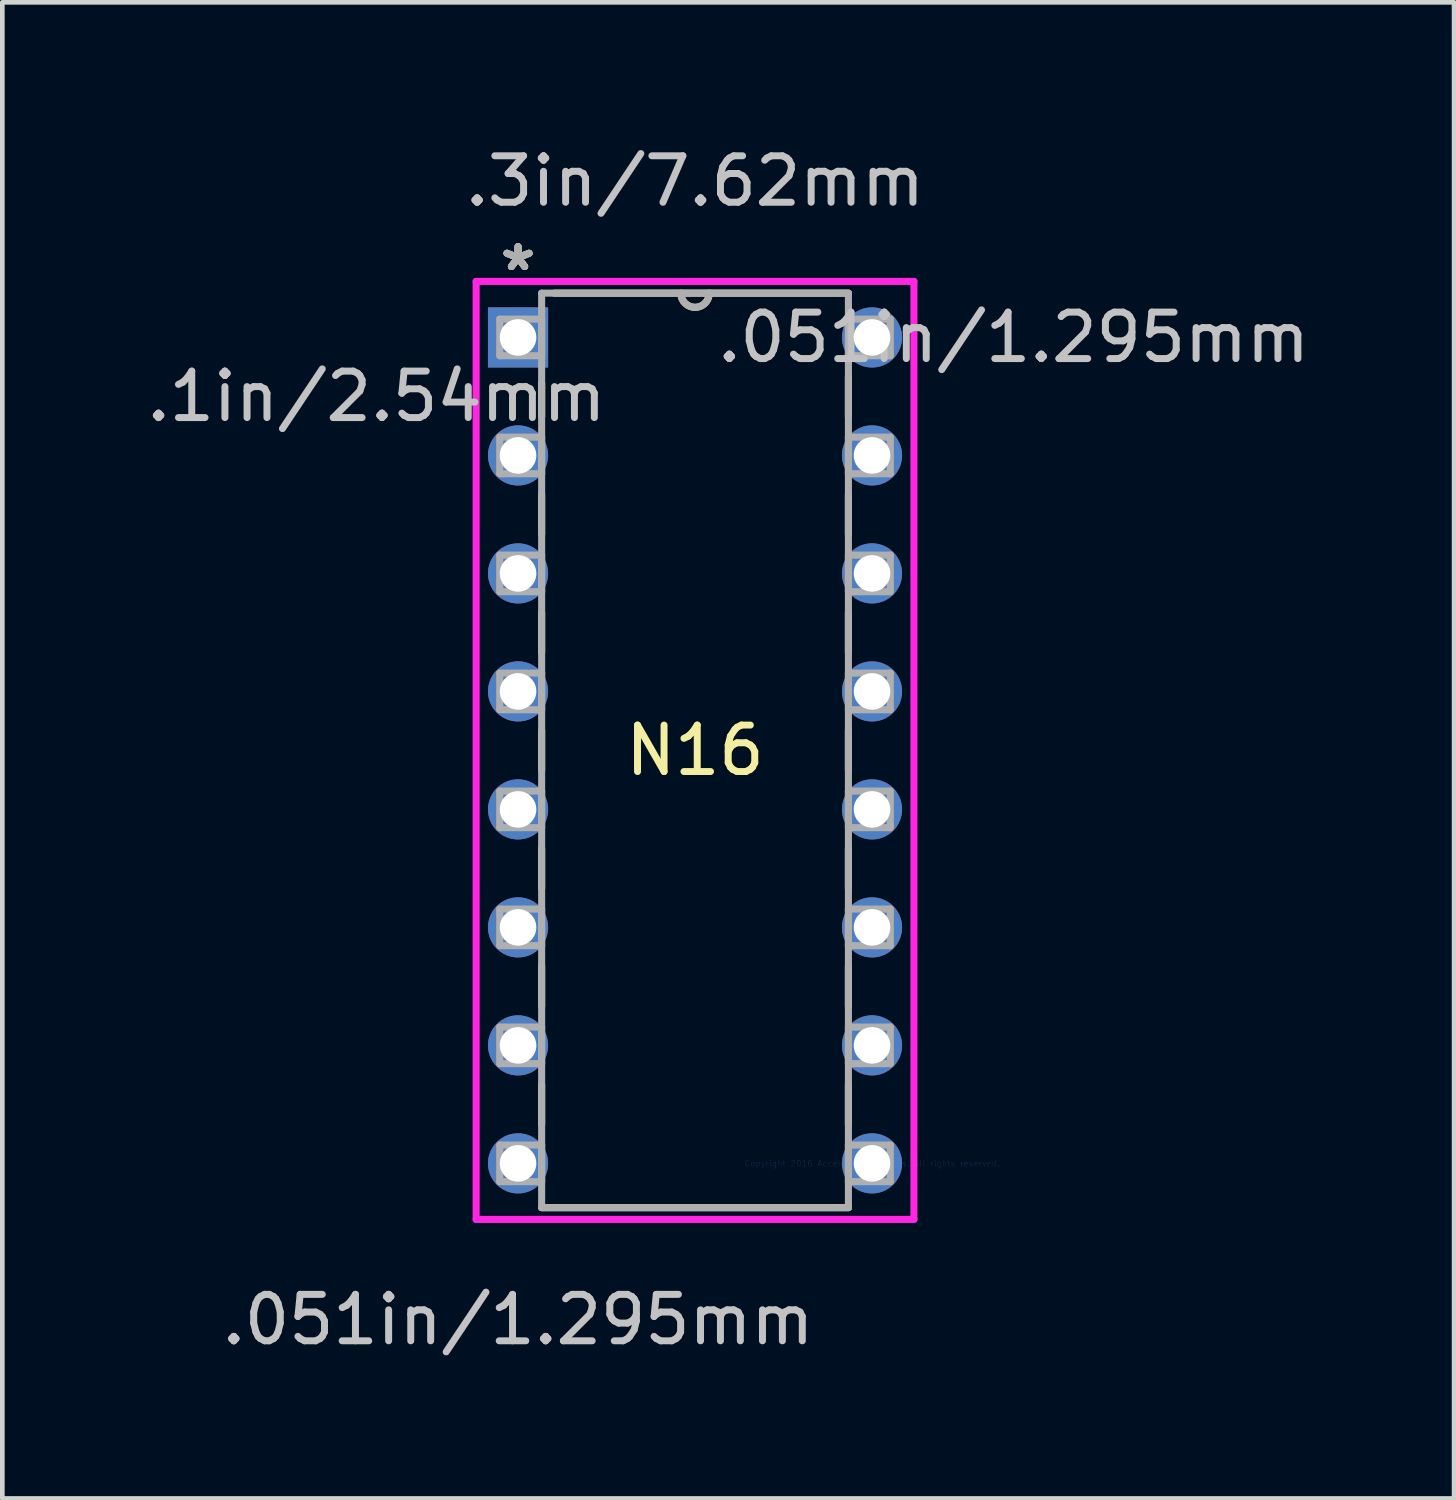
<source format=kicad_pcb>
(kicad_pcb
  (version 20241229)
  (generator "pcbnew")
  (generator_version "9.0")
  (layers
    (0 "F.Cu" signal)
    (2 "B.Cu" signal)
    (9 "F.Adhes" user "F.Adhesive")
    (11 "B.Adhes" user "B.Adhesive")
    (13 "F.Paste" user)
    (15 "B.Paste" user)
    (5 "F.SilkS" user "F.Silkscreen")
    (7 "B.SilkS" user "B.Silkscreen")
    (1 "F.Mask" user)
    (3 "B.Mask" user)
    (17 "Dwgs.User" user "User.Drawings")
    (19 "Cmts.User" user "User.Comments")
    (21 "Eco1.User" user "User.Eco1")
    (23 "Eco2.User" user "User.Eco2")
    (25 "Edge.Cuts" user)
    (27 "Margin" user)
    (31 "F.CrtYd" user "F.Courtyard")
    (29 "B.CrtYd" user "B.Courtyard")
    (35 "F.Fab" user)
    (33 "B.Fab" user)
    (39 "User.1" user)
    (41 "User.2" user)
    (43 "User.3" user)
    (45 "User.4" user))
  (footprint "N16"
    (layer "F.Cu")
    (at 15.722 21.994)
    (property "Reference" "N16" (at -3.81 -8.89 0) (layer "F.SilkS") (effects (font (size 1 1) (thickness 0.15))))
    (attr through_hole)
    (fp_line (start -7.112 -16.8) (end -7.112 -16.079) (stroke (width 0.152) (type solid)) (layer "F.SilkS"))
    (fp_line (start -7.112 -14.401) (end -7.112 -13.539) (stroke (width 0.152) (type solid)) (layer "F.SilkS"))
    (fp_line (start -7.112 -11.861) (end -7.112 -10.999) (stroke (width 0.152) (type solid)) (layer "F.SilkS"))
    (fp_line (start -7.112 -9.321) (end -7.112 -8.459) (stroke (width 0.152) (type solid)) (layer "F.SilkS"))
    (fp_line (start -7.112 -6.781) (end -7.112 -5.919) (stroke (width 0.152) (type solid)) (layer "F.SilkS"))
    (fp_line (start -7.112 -4.241) (end -7.112 -3.379) (stroke (width 0.152) (type solid)) (layer "F.SilkS"))
    (fp_line (start -7.112 -1.701) (end -7.112 -0.839) (stroke (width 0.152) (type solid)) (layer "F.SilkS"))
    (fp_line (start -7.112 0.953) (end -0.508 0.953) (stroke (width 0.152) (type solid)) (layer "F.SilkS"))
    (fp_line (start -0.508 -18.733) (end -6.839 -18.733) (stroke (width 0.152) (type solid)) (layer "F.SilkS"))
    (fp_line (start -0.508 -16.079) (end -0.508 -16.941) (stroke (width 0.152) (type solid)) (layer "F.SilkS"))
    (fp_line (start -0.508 -13.539) (end -0.508 -14.401) (stroke (width 0.152) (type solid)) (layer "F.SilkS"))
    (fp_line (start -0.508 -10.999) (end -0.508 -11.861) (stroke (width 0.152) (type solid)) (layer "F.SilkS"))
    (fp_line (start -0.508 -8.459) (end -0.508 -9.321) (stroke (width 0.152) (type solid)) (layer "F.SilkS"))
    (fp_line (start -0.508 -5.919) (end -0.508 -6.781) (stroke (width 0.152) (type solid)) (layer "F.SilkS"))
    (fp_line (start -0.508 -3.379) (end -0.508 -4.241) (stroke (width 0.152) (type solid)) (layer "F.SilkS"))
    (fp_line (start -0.508 -0.839) (end -0.508 -1.701) (stroke (width 0.152) (type solid)) (layer "F.SilkS"))
    (fp_arc (start -3.5052 -18.7325) (mid -3.81 -18.4277) (end -4.1148 -18.7325) (stroke (width 0.1524) (type solid)) (layer "F.SilkS"))
    (fp_line (start -8.522 -18.986) (end 0.902 -18.986) (stroke (width 0.152) (type solid)) (layer "F.CrtYd"))
    (fp_line (start -8.522 1.206) (end -8.522 -18.986) (stroke (width 0.152) (type solid)) (layer "F.CrtYd"))
    (fp_line (start 0.902 -18.986) (end 0.902 1.206) (stroke (width 0.152) (type solid)) (layer "F.CrtYd"))
    (fp_line (start 0.902 1.206) (end -8.522 1.206) (stroke (width 0.152) (type solid)) (layer "F.CrtYd"))
    (fp_line (start -8.014 -18.174) (end -8.014 -17.386) (stroke (width 0.152) (type solid)) (layer "F.Fab"))
    (fp_line (start -8.014 -17.386) (end -7.112 -17.386) (stroke (width 0.152) (type solid)) (layer "F.Fab"))
    (fp_line (start -8.014 -15.634) (end -8.014 -14.846) (stroke (width 0.152) (type solid)) (layer "F.Fab"))
    (fp_line (start -8.014 -14.846) (end -7.112 -14.846) (stroke (width 0.152) (type solid)) (layer "F.Fab"))
    (fp_line (start -8.014 -13.094) (end -8.014 -12.306) (stroke (width 0.152) (type solid)) (layer "F.Fab"))
    (fp_line (start -8.014 -12.306) (end -7.112 -12.306) (stroke (width 0.152) (type solid)) (layer "F.Fab"))
    (fp_line (start -8.014 -10.554) (end -8.014 -9.766) (stroke (width 0.152) (type solid)) (layer "F.Fab"))
    (fp_line (start -8.014 -9.766) (end -7.112 -9.766) (stroke (width 0.152) (type solid)) (layer "F.Fab"))
    (fp_line (start -8.014 -8.014) (end -8.014 -7.226) (stroke (width 0.152) (type solid)) (layer "F.Fab"))
    (fp_line (start -8.014 -7.226) (end -7.112 -7.226) (stroke (width 0.152) (type solid)) (layer "F.Fab"))
    (fp_line (start -8.014 -5.474) (end -8.014 -4.686) (stroke (width 0.152) (type solid)) (layer "F.Fab"))
    (fp_line (start -8.014 -4.686) (end -7.112 -4.686) (stroke (width 0.152) (type solid)) (layer "F.Fab"))
    (fp_line (start -8.014 -2.934) (end -8.014 -2.146) (stroke (width 0.152) (type solid)) (layer "F.Fab"))
    (fp_line (start -8.014 -2.146) (end -7.112 -2.146) (stroke (width 0.152) (type solid)) (layer "F.Fab"))
    (fp_line (start -8.014 -0.394) (end -8.014 0.394) (stroke (width 0.152) (type solid)) (layer "F.Fab"))
    (fp_line (start -8.014 0.394) (end -7.112 0.394) (stroke (width 0.152) (type solid)) (layer "F.Fab"))
    (fp_line (start -7.112 -18.733) (end -7.112 0.953) (stroke (width 0.152) (type solid)) (layer "F.Fab"))
    (fp_line (start -7.112 -18.174) (end -8.014 -18.174) (stroke (width 0.152) (type solid)) (layer "F.Fab"))
    (fp_line (start -7.112 -17.386) (end -7.112 -18.174) (stroke (width 0.152) (type solid)) (layer "F.Fab"))
    (fp_line (start -7.112 -15.634) (end -8.014 -15.634) (stroke (width 0.152) (type solid)) (layer "F.Fab"))
    (fp_line (start -7.112 -14.846) (end -7.112 -15.634) (stroke (width 0.152) (type solid)) (layer "F.Fab"))
    (fp_line (start -7.112 -13.094) (end -8.014 -13.094) (stroke (width 0.152) (type solid)) (layer "F.Fab"))
    (fp_line (start -7.112 -12.306) (end -7.112 -13.094) (stroke (width 0.152) (type solid)) (layer "F.Fab"))
    (fp_line (start -7.112 -10.554) (end -8.014 -10.554) (stroke (width 0.152) (type solid)) (layer "F.Fab"))
    (fp_line (start -7.112 -9.766) (end -7.112 -10.554) (stroke (width 0.152) (type solid)) (layer "F.Fab"))
    (fp_line (start -7.112 -8.014) (end -8.014 -8.014) (stroke (width 0.152) (type solid)) (layer "F.Fab"))
    (fp_line (start -7.112 -7.226) (end -7.112 -8.014) (stroke (width 0.152) (type solid)) (layer "F.Fab"))
    (fp_line (start -7.112 -5.474) (end -8.014 -5.474) (stroke (width 0.152) (type solid)) (layer "F.Fab"))
    (fp_line (start -7.112 -4.686) (end -7.112 -5.474) (stroke (width 0.152) (type solid)) (layer "F.Fab"))
    (fp_line (start -7.112 -2.934) (end -8.014 -2.934) (stroke (width 0.152) (type solid)) (layer "F.Fab"))
    (fp_line (start -7.112 -2.146) (end -7.112 -2.934) (stroke (width 0.152) (type solid)) (layer "F.Fab"))
    (fp_line (start -7.112 -0.394) (end -8.014 -0.394) (stroke (width 0.152) (type solid)) (layer "F.Fab"))
    (fp_line (start -7.112 0.394) (end -7.112 -0.394) (stroke (width 0.152) (type solid)) (layer "F.Fab"))
    (fp_line (start -7.112 0.953) (end -0.508 0.953) (stroke (width 0.152) (type solid)) (layer "F.Fab"))
    (fp_line (start -0.508 -18.733) (end -7.112 -18.733) (stroke (width 0.152) (type solid)) (layer "F.Fab"))
    (fp_line (start -0.508 -18.174) (end -0.508 -17.386) (stroke (width 0.152) (type solid)) (layer "F.Fab"))
    (fp_line (start -0.508 -17.386) (end 0.394 -17.386) (stroke (width 0.152) (type solid)) (layer "F.Fab"))
    (fp_line (start -0.508 -15.634) (end -0.508 -14.846) (stroke (width 0.152) (type solid)) (layer "F.Fab"))
    (fp_line (start -0.508 -14.846) (end 0.394 -14.846) (stroke (width 0.152) (type solid)) (layer "F.Fab"))
    (fp_line (start -0.508 -13.094) (end -0.508 -12.306) (stroke (width 0.152) (type solid)) (layer "F.Fab"))
    (fp_line (start -0.508 -12.306) (end 0.394 -12.306) (stroke (width 0.152) (type solid)) (layer "F.Fab"))
    (fp_line (start -0.508 -10.554) (end -0.508 -9.766) (stroke (width 0.152) (type solid)) (layer "F.Fab"))
    (fp_line (start -0.508 -9.766) (end 0.394 -9.766) (stroke (width 0.152) (type solid)) (layer "F.Fab"))
    (fp_line (start -0.508 -8.014) (end -0.508 -7.226) (stroke (width 0.152) (type solid)) (layer "F.Fab"))
    (fp_line (start -0.508 -7.226) (end 0.394 -7.226) (stroke (width 0.152) (type solid)) (layer "F.Fab"))
    (fp_line (start -0.508 -5.474) (end -0.508 -4.686) (stroke (width 0.152) (type solid)) (layer "F.Fab"))
    (fp_line (start -0.508 -4.686) (end 0.394 -4.686) (stroke (width 0.152) (type solid)) (layer "F.Fab"))
    (fp_line (start -0.508 -2.934) (end -0.508 -2.146) (stroke (width 0.152) (type solid)) (layer "F.Fab"))
    (fp_line (start -0.508 -2.146) (end 0.394 -2.146) (stroke (width 0.152) (type solid)) (layer "F.Fab"))
    (fp_line (start -0.508 -0.394) (end -0.508 0.394) (stroke (width 0.152) (type solid)) (layer "F.Fab"))
    (fp_line (start -0.508 0.394) (end 0.394 0.394) (stroke (width 0.152) (type solid)) (layer "F.Fab"))
    (fp_line (start -0.508 0.953) (end -0.508 -18.733) (stroke (width 0.152) (type solid)) (layer "F.Fab"))
    (fp_line (start 0.394 -18.174) (end -0.508 -18.174) (stroke (width 0.152) (type solid)) (layer "F.Fab"))
    (fp_line (start 0.394 -17.386) (end 0.394 -18.174) (stroke (width 0.152) (type solid)) (layer "F.Fab"))
    (fp_line (start 0.394 -15.634) (end -0.508 -15.634) (stroke (width 0.152) (type solid)) (layer "F.Fab"))
    (fp_line (start 0.394 -14.846) (end 0.394 -15.634) (stroke (width 0.152) (type solid)) (layer "F.Fab"))
    (fp_line (start 0.394 -13.094) (end -0.508 -13.094) (stroke (width 0.152) (type solid)) (layer "F.Fab"))
    (fp_line (start 0.394 -12.306) (end 0.394 -13.094) (stroke (width 0.152) (type solid)) (layer "F.Fab"))
    (fp_line (start 0.394 -10.554) (end -0.508 -10.554) (stroke (width 0.152) (type solid)) (layer "F.Fab"))
    (fp_line (start 0.394 -9.766) (end 0.394 -10.554) (stroke (width 0.152) (type solid)) (layer "F.Fab"))
    (fp_line (start 0.394 -8.014) (end -0.508 -8.014) (stroke (width 0.152) (type solid)) (layer "F.Fab"))
    (fp_line (start 0.394 -7.226) (end 0.394 -8.014) (stroke (width 0.152) (type solid)) (layer "F.Fab"))
    (fp_line (start 0.394 -5.474) (end -0.508 -5.474) (stroke (width 0.152) (type solid)) (layer "F.Fab"))
    (fp_line (start 0.394 -4.686) (end 0.394 -5.474) (stroke (width 0.152) (type solid)) (layer "F.Fab"))
    (fp_line (start 0.394 -2.934) (end -0.508 -2.934) (stroke (width 0.152) (type solid)) (layer "F.Fab"))
    (fp_line (start 0.394 -2.146) (end 0.394 -2.934) (stroke (width 0.152) (type solid)) (layer "F.Fab"))
    (fp_line (start 0.394 -0.394) (end -0.508 -0.394) (stroke (width 0.152) (type solid)) (layer "F.Fab"))
    (fp_line (start 0.394 0.394) (end 0.394 -0.394) (stroke (width 0.152) (type solid)) (layer "F.Fab"))
    (fp_arc (start -3.5052 -18.7325) (mid -3.81 -18.4277) (end -4.1148 -18.7325) (stroke (width 0.1524) (type solid)) (layer "F.Fab"))
    (fp_text user "*" (at -7.62 -19.19 0) (layer "F.SilkS") (effects (font (size 1 1) (thickness 0.15))))
    (fp_text user "*" (at -7.62 -19.19 0) (layer "F.SilkS") (effects (font (size 1 1) (thickness 0.15))))
    (fp_text user ".3in/7.62mm" (at -3.81 -21.145 0) (layer "Dwgs.User") (effects (font (size 1 1) (thickness 0.15))))
    (fp_text user ".1in/2.54mm" (at -10.668 -16.51 0) (layer "Dwgs.User") (effects (font (size 1 1) (thickness 0.15))))
    (fp_text user ".051in/1.295mm" (at -7.62 3.365 0) (layer "Dwgs.User") (effects (font (size 1 1) (thickness 0.15))))
    (fp_text user ".051in/1.295mm" (at 3.048 -17.78 0) (layer "Dwgs.User") (effects (font (size 1 1) (thickness 0.15))))
    (fp_text user "Copyright 2016 Accelerated Designs. All rights reserved." (at 0 0 0) (layer "Cmts.User") (effects (font (size 0.127 0.127) (thickness 0.002))))
    (fp_text user "*" (at -7.62 -19.19 0) (layer "F.Fab") (effects (font (size 1 1) (thickness 0.15))))
    (fp_text user "*" (at -7.62 -19.19 0) (layer "F.Fab") (effects (font (size 1 1) (thickness 0.15))))
    (pad "1" thru_hole rect (at -7.62 -17.78) (size 1.295 1.295) (drill 0.787) (layers "*.Cu" "*.Mask"))
    (pad "2" thru_hole circle (at -7.62 -15.24) (size 1.295 1.295) (drill 0.787) (layers "*.Cu" "*.Mask"))
    (pad "3" thru_hole circle (at -7.62 -12.7) (size 1.295 1.295) (drill 0.787) (layers "*.Cu" "*.Mask"))
    (pad "4" thru_hole circle (at -7.62 -10.16) (size 1.295 1.295) (drill 0.787) (layers "*.Cu" "*.Mask"))
    (pad "5" thru_hole circle (at -7.62 -7.62) (size 1.295 1.295) (drill 0.787) (layers "*.Cu" "*.Mask"))
    (pad "6" thru_hole circle (at -7.62 -5.08) (size 1.295 1.295) (drill 0.787) (layers "*.Cu" "*.Mask"))
    (pad "7" thru_hole circle (at -7.62 -2.54) (size 1.295 1.295) (drill 0.787) (layers "*.Cu" "*.Mask"))
    (pad "8" thru_hole circle (at -7.62 0) (size 1.295 1.295) (drill 0.787) (layers "*.Cu" "*.Mask"))
    (pad "9" thru_hole circle (at 0 0) (size 1.295 1.295) (drill 0.787) (layers "*.Cu" "*.Mask"))
    (pad "10" thru_hole circle (at 0 -2.54) (size 1.295 1.295) (drill 0.787) (layers "*.Cu" "*.Mask"))
    (pad "11" thru_hole circle (at 0 -5.08) (size 1.295 1.295) (drill 0.787) (layers "*.Cu" "*.Mask"))
    (pad "12" thru_hole circle (at 0 -7.62) (size 1.295 1.295) (drill 0.787) (layers "*.Cu" "*.Mask"))
    (pad "13" thru_hole circle (at 0 -10.16) (size 1.295 1.295) (drill 0.787) (layers "*.Cu" "*.Mask"))
    (pad "14" thru_hole circle (at 0 -12.7) (size 1.295 1.295) (drill 0.787) (layers "*.Cu" "*.Mask"))
    (pad "15" thru_hole circle (at 0 -15.24) (size 1.295 1.295) (drill 0.787) (layers "*.Cu" "*.Mask"))
    (pad "16" thru_hole circle (at 0 -17.78) (size 1.295 1.295) (drill 0.787) (layers "*.Cu" "*.Mask")))
  (gr_rect
    (start -3 -3)
    (end 28.252 29.207)
    (stroke (width 0.1) (type default))
    (fill no)
    (layer "Edge.Cuts")))
</source>
